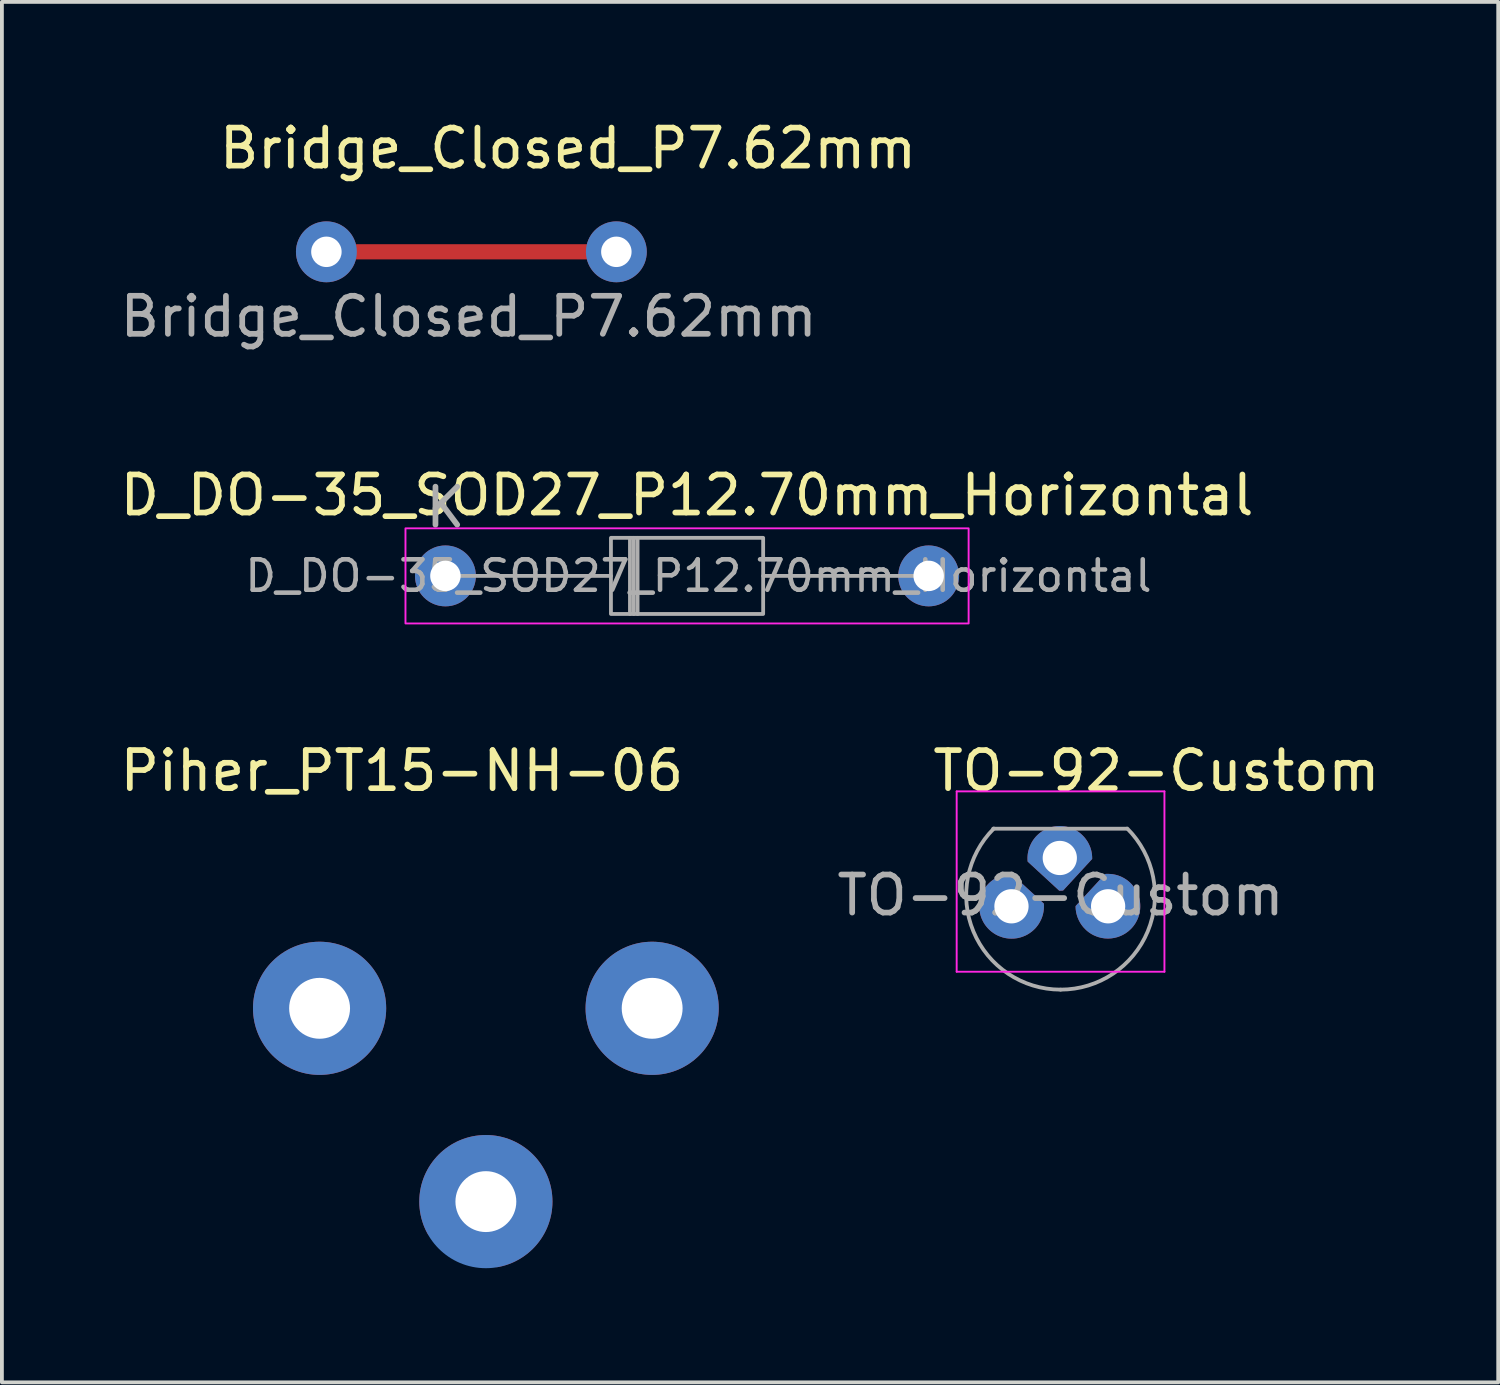
<source format=kicad_pcb>
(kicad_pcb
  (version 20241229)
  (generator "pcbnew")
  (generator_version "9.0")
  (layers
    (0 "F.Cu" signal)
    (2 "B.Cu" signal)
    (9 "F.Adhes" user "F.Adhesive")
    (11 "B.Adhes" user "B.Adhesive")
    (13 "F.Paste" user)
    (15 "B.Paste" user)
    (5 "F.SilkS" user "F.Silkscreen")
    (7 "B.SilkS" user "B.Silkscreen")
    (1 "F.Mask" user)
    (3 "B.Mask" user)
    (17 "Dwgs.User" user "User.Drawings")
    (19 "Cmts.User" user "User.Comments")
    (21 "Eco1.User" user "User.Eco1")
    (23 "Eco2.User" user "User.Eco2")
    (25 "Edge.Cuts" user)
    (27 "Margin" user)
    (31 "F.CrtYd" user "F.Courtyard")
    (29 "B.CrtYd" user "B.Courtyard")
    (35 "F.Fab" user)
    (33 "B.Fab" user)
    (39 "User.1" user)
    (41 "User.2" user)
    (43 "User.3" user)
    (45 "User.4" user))
  (footprint "D_DO-35_SOD27_P12.70mm_Horizontal"
    (layer "F.Cu")
    (at 8.656 12.085)
    (property "Reference" "D_DO-35_SOD27_P12.70mm_Horizontal" (at 6.35 -2.12 0) (layer "F.SilkS") (effects (font (size 1 1) (thickness 0.15))))
    (attr through_hole)
    (fp_rect (start -1.05 -1.25) (end 13.75 1.25) (stroke (width 0.05) (type solid)) (fill no) (layer "F.CrtYd"))
    (fp_line (start 0 0) (end 4.35 0) (stroke (width 0.1) (type solid)) (layer "F.Fab"))
    (fp_line (start 4.85 -1) (end 4.85 1) (stroke (width 0.1) (type solid)) (layer "F.Fab"))
    (fp_line (start 4.95 -1) (end 4.95 1) (stroke (width 0.1) (type solid)) (layer "F.Fab"))
    (fp_line (start 5.05 -1) (end 5.05 1) (stroke (width 0.1) (type solid)) (layer "F.Fab"))
    (fp_line (start 12.7 0) (end 8.35 0) (stroke (width 0.1) (type solid)) (layer "F.Fab"))
    (fp_rect (start 4.35 -1) (end 8.35 1) (stroke (width 0.1) (type solid)) (fill no) (layer "F.Fab"))
    (fp_text user "K" (at 0 -1.8 0) (layer "F.Fab") (effects (font (size 1 1) (thickness 0.15))))
    (fp_text user "${REFERENCE}" (at 6.65 0 0) (layer "F.Fab") (effects (font (size 0.8 0.8) (thickness 0.12))))
    (pad "1" thru_hole circle (at 0 0) (size 1.6 1.6) (drill 0.8) (layers "*.Cu" "*.Mask"))
    (pad "2" thru_hole circle (at 12.7 0) (size 1.6 1.6) (drill 0.8) (layers "*.Cu" "*.Mask")))
  (footprint "Bridge_Closed_P7.62mm"
    (layer "F.Cu")
    (at 5.528 3.568)
    (property "Reference" "Bridge_Closed_P7.62mm" (at 6.35 -2.72 0) (layer "F.SilkS") (effects (font (size 1 1) (thickness 0.15))))
    (attr through_hole exclude_from_bom)
    (fp_line (start 0.8 0) (end 6.82 0) (stroke (width 0.4) (type solid)) (layer "F.Cu"))
    (fp_text user "${REFERENCE}" (at 3.74 1.7 0) (layer "F.Fab") (effects (font (size 1 1) (thickness 0.15))))
    (pad "1" thru_hole oval (at 0 0) (size 1.6 1.6) (drill 0.8) (layers "*.Cu" "*.Mask"))
    (pad "2" thru_hole oval (at 7.62 0) (size 1.6 1.6) (drill 0.8) (layers "*.Cu" "*.Mask")))
  (footprint "TO-92-Custom"
    (layer "F.Cu")
    (at 26.072 20.768)
    (property "Reference" "TO-92-Custom" (at 1.27 -3.56 0) (layer "F.SilkS") (effects (font (size 1 1) (thickness 0.15))))
    (attr through_hole)
    (fp_line (start -3.98 -3.02) (end -3.98 1.72) (stroke (width 0.05) (type solid)) (layer "F.CrtYd"))
    (fp_line (start -3.98 -3.02) (end 1.48 -3.02) (stroke (width 0.05) (type solid)) (layer "F.CrtYd"))
    (fp_line (start 1.48 1.72) (end -3.98 1.72) (stroke (width 0.05) (type solid)) (layer "F.CrtYd"))
    (fp_line (start 1.48 1.72) (end 1.48 -3.02) (stroke (width 0.05) (type solid)) (layer "F.CrtYd"))
    (fp_line (start -3.02 -2.04) (end 0.48 -2.04) (stroke (width 0.1) (type solid)) (layer "F.Fab"))
    (fp_arc (start -1.25 2.19) (mid -3.541221 0.659055) (end -3.003625 -2.043625) (stroke (width 0.1) (type solid)) (layer "F.Fab"))
    (fp_arc (start 0.503625 -2.043625) (mid 1.041221 0.659055) (end -1.25 2.19) (stroke (width 0.1) (type solid)) (layer "F.Fab"))
    (fp_text user "${REFERENCE}" (at -1.25 -0.29 0) (layer "F.Fab") (effects (font (size 1 1) (thickness 0.15))))
    (pad "1" thru_hole custom (at 0 0) (size 1 1) (drill 0.9) (layers "*.Cu" "*.Mask") (options (anchor circle)) (primitives (gr_poly (pts (xy 0.844 0.041) (xy 0.841 0.084) (xy 0.835 0.127) (xy 0.828 0.169) (xy 0.818 0.21) (xy 0.807 0.25) (xy 0.793 0.29) (xy 0.778 0.328) (xy 0.761 0.366) (xy 0.742 0.402) (xy 0.722 0.438) (xy 0.7 0.472) (xy 0.676 0.506) (xy 0.651 0.538) (xy 0.624 0.569) (xy 0.596 0.598) (xy 0.566 0.626) (xy 0.536 0.653) (xy 0.503 0.678) (xy 0.47 0.702) (xy 0.436 0.724) (xy 0.4 0.744) (xy 0.363 0.763) (xy 0.326 0.78) (xy 0.287 0.795) (xy 0.248 0.809) (xy 0.207 0.82) (xy 0.166 0.83) (xy 0.124 0.837) (xy 0.082 0.843) (xy 0.039 0.846) (xy -0.005 0.847) (xy -0.049 0.846) (xy -0.092 0.843) (xy -0.135 0.837) (xy -0.176 0.83) (xy -0.217 0.82) (xy -0.258 0.809) (xy -0.297 0.795) (xy -0.336 0.78) (xy -0.374 0.763) (xy -0.41 0.745) (xy -0.446 0.724) (xy -0.48 0.702) (xy -0.514 0.678) (xy -0.546 0.653) (xy -0.577 0.626) (xy -0.606 0.598) (xy -0.634 0.569) (xy -0.661 0.538) (xy -0.686 0.506) (xy -0.71 0.472) (xy -0.732 0.438) (xy -0.752 0.402) (xy -0.771 0.366) (xy -0.788 0.328) (xy -0.803 0.29) (xy -0.817 0.25) (xy -0.828 0.21) (xy -0.838 0.169) (xy -0.845 0.127) (xy -0.851 0.084) (xy -0.854 0.041) (xy -0.855 -0.003) (xy -0.855 -0.006) (xy -0.077 -0.849) (xy -0.059 -0.851) (xy -0.041 -0.852) (xy -0.023 -0.852) (xy -0.005 -0.852) (xy 0.037 -0.851) (xy 0.079 -0.848) (xy 0.12 -0.843) (xy 0.161 -0.836) (xy 0.202 -0.827) (xy 0.242 -0.816) (xy 0.281 -0.803) (xy 0.32 -0.788) (xy 0.358 -0.771) (xy 0.395 -0.752) (xy 0.431 -0.732) (xy 0.466 -0.71) (xy 0.501 -0.686) (xy 0.534 -0.66) (xy 0.565 -0.633) (xy 0.596 -0.603) (xy 0.625 -0.573) (xy 0.652 -0.541) (xy 0.678 -0.508) (xy 0.702 -0.474) (xy 0.724 -0.439) (xy 0.745 -0.403) (xy 0.763 -0.366) (xy 0.78 -0.328) (xy 0.795 -0.289) (xy 0.808 -0.25) (xy 0.819 -0.21) (xy 0.828 -0.169) (xy 0.836 -0.128) (xy 0.841 -0.086) (xy 0.844 -0.045) (xy 0.845 -0.002) (xy 0.845 -0.003)) (width 0) (fill yes))))
    (pad "2" thru_hole custom (at -1.27 -1.27) (size 1 1) (drill 0.9) (layers "*.Cu" "*.Mask") (options (anchor circle)) (primitives (gr_poly (pts (xy 0.851 0.009) (xy 0.851 0.014) (xy 0.851 0.018) (xy 0.851 0.026) (xy 0.851 0.026) (xy 0.087 0.855) (xy 0.087 0.855) (xy 0.087 0.855) (xy 0.086 0.855) (xy 0.076 0.856) (xy 0.065 0.857) (xy 0.054 0.858) (xy 0.044 0.858) (xy 0.033 0.859) (xy 0.022 0.859) (xy 0.012 0.86) (xy 0.001 0.86) (xy -0.007 0.86) (xy -0.015 0.86) (xy -0.015 0.86) (xy -0.845 0.095) (xy -0.846 0.084) (xy -0.847 0.074) (xy -0.847 0.063) (xy -0.848 0.052) (xy -0.848 0.042) (xy -0.849 0.031) (xy -0.849 0.02) (xy -0.849 0.01) (xy -0.848 -0.032) (xy -0.845 -0.074) (xy -0.84 -0.116) (xy -0.832 -0.157) (xy -0.823 -0.197) (xy -0.812 -0.237) (xy -0.799 -0.277) (xy -0.784 -0.315) (xy -0.767 -0.353) (xy -0.749 -0.39) (xy -0.728 -0.427) (xy -0.706 -0.462) (xy -0.682 -0.496) (xy -0.656 -0.529) (xy -0.629 -0.561) (xy -0.6 -0.591) (xy -0.569 -0.62) (xy -0.538 -0.648) (xy -0.505 -0.673) (xy -0.47 -0.697) (xy -0.435 -0.72) (xy -0.399 -0.74) (xy -0.362 -0.759) (xy -0.324 -0.776) (xy -0.285 -0.791) (xy -0.246 -0.804) (xy -0.206 -0.815) (xy -0.165 -0.824) (xy -0.124 -0.831) (xy -0.083 -0.836) (xy -0.041 -0.839) (xy 0.001 -0.84) (xy 0.043 -0.839) (xy 0.085 -0.836) (xy 0.127 -0.831) (xy 0.168 -0.824) (xy 0.208 -0.815) (xy 0.248 -0.804) (xy 0.288 -0.791) (xy 0.327 -0.776) (xy 0.364 -0.759) (xy 0.402 -0.74) (xy 0.438 -0.72) (xy 0.473 -0.698) (xy 0.507 -0.674) (xy 0.54 -0.648) (xy 0.572 -0.62) (xy 0.602 -0.591) (xy 0.631 -0.561) (xy 0.659 -0.529) (xy 0.684 -0.496) (xy 0.708 -0.462) (xy 0.731 -0.427) (xy 0.751 -0.391) (xy 0.77 -0.353) (xy 0.787 -0.316) (xy 0.802 -0.277) (xy 0.815 -0.237) (xy 0.826 -0.197) (xy 0.835 -0.157) (xy 0.842 -0.116) (xy 0.847 -0.074) (xy 0.85 -0.032) (xy 0.851 0.01)) (width 0) (fill yes))))
    (pad "3" thru_hole custom (at -2.54 0) (size 1 1) (drill 0.9) (layers "*.Cu" "*.Mask") (options (anchor circle)) (primitives (gr_poly (pts (xy 0.853 -0.000029) (xy 0.852 0.042) (xy 0.849 0.084) (xy 0.844 0.126) (xy 0.837 0.167) (xy 0.828 0.207) (xy 0.817 0.247) (xy 0.804 0.287) (xy 0.789 0.325) (xy 0.772 0.363) (xy 0.753 0.4) (xy 0.733 0.436) (xy 0.711 0.472) (xy 0.687 0.506) (xy 0.661 0.539) (xy 0.634 0.571) (xy 0.605 0.601) (xy 0.574 0.63) (xy 0.542 0.658) (xy 0.509 0.683) (xy 0.475 0.707) (xy 0.44 0.73) (xy 0.404 0.75) (xy 0.367 0.769) (xy 0.329 0.785) (xy 0.29 0.8) (xy 0.251 0.813) (xy 0.211 0.824) (xy 0.17 0.834) (xy 0.129 0.841) (xy 0.087 0.846) (xy 0.046 0.849) (xy 0.003 0.85) (xy -0.039 0.849) (xy -0.081 0.846) (xy -0.122 0.841) (xy -0.163 0.834) (xy -0.204 0.825) (xy -0.244 0.813) (xy -0.283 0.8) (xy -0.322 0.785) (xy -0.36 0.769) (xy -0.397 0.75) (xy -0.433 0.73) (xy -0.468 0.707) (xy -0.502 0.683) (xy -0.535 0.658) (xy -0.567 0.63) (xy -0.598 0.601) (xy -0.627 0.571) (xy -0.654 0.539) (xy -0.68 0.506) (xy -0.704 0.472) (xy -0.726 0.437) (xy -0.747 0.4) (xy -0.765 0.363) (xy -0.782 0.325) (xy -0.797 0.287) (xy -0.81 0.247) (xy -0.821 0.207) (xy -0.83 0.167) (xy -0.837 0.126) (xy -0.843 0.084) (xy -0.846 0.042) (xy -0.847 0.000124) (xy -0.846 -0.042) (xy -0.843 -0.084) (xy -0.837 -0.125) (xy -0.83 -0.166) (xy -0.821 -0.207) (xy -0.81 -0.247) (xy -0.797 -0.287) (xy -0.782 -0.325) (xy -0.765 -0.363) (xy -0.747 -0.4) (xy -0.726 -0.436) (xy -0.704 -0.472) (xy -0.68 -0.506) (xy -0.654 -0.539) (xy -0.627 -0.57) (xy -0.598 -0.601) (xy -0.567 -0.63) (xy -0.535 -0.657) (xy -0.502 -0.683) (xy -0.468 -0.707) (xy -0.433 -0.729) (xy -0.397 -0.75) (xy -0.36 -0.768) (xy -0.322 -0.785) (xy -0.283 -0.8) (xy -0.244 -0.813) (xy -0.204 -0.824) (xy -0.163 -0.834) (xy -0.122 -0.841) (xy -0.081 -0.846) (xy -0.039 -0.849) (xy 0.003 -0.85) (xy 0.006 -0.85) (xy 0.851 -0.071) (xy 0.852 -0.053) (xy 0.853 -0.036) (xy 0.854 -0.018) (xy 0.854 -0.009) (xy 0.854 0.000047)) (width 0) (fill yes)))))
  (footprint "Piher_PT15-NH-06"
    (layer "F.Cu")
    (at 9.719 23.449)
    (property "Reference" "Piher_PT15-NH-06" (at -2.207 -6.241 0) (layer "F.SilkS") (effects (font (size 1.001 1.001) (thickness 0.15))))
    (attr through_hole)
    (pad "1" thru_hole circle (at -4.37 0) (size 3.5 3.5) (drill 1.6) (layers "*.Cu" "*.Mask"))
    (pad "2" thru_hole circle (at 0 5.08) (size 1.7 1.7) (drill 1.6) (layers "*.Cu" "*.Mask"))
    (pad "2" smd custom (at 0 5.08) (size 1.7 1.7) (layers "F.Cu" "F.Mask" "F.Paste") (options (anchor circle)) (primitives (gr_poly (pts (xy 0.09 -1.749) (xy 0.179 -1.742) (xy 0.267 -1.731) (xy 0.353 -1.716) (xy 0.437 -1.696) (xy 0.521 -1.672) (xy 0.602 -1.645) (xy 0.681 -1.614) (xy 0.759 -1.579) (xy 0.834 -1.54) (xy 0.907 -1.498) (xy 0.978 -1.452) (xy 1.047 -1.403) (xy 1.113 -1.351) (xy 1.177 -1.296) (xy 1.237 -1.239) (xy 1.295 -1.178) (xy 1.35 -1.114) (xy 1.402 -1.048) (xy 1.451 -0.98) (xy 1.496 -0.909) (xy 1.539 -0.835) (xy 1.577 -0.76) (xy 1.612 -0.682) (xy 1.644 -0.603) (xy 1.671 -0.522) (xy 1.695 -0.439) (xy 1.714 -0.354) (xy 1.73 -0.268) (xy 1.741 -0.18) (xy 1.747 -0.092) (xy 1.75 -0.002) (xy 1.748 0.078) (xy 1.743 0.157) (xy 1.734 0.236) (xy 1.722 0.313) (xy 1.706 0.389) (xy 1.687 0.464) (xy 1.665 0.537) (xy 1.64 0.61) (xy 1.612 0.681) (xy 1.58 0.75) (xy 1.546 0.818) (xy 1.509 0.884) (xy 1.47 0.948) (xy 1.427 1.011) (xy 1.382 1.072) (xy 1.335 1.13) (xy 1.285 1.187) (xy 1.232 1.241) (xy 1.177 1.293) (xy 1.12 1.343) (xy 1.061 1.39) (xy 1 1.435) (xy 0.937 1.477) (xy 0.871 1.516) (xy 0.804 1.553) (xy 0.735 1.587) (xy 0.664 1.618) (xy 0.592 1.646) (xy 0.518 1.67) (xy 0.442 1.692) (xy 0.365 1.71) (xy 0.286 1.725) (xy -1.515 0.874) (xy -1.543 0.824) (xy -1.57 0.772) (xy -1.594 0.721) (xy -1.617 0.668) (xy -1.638 0.615) (xy -1.657 0.561) (xy -1.674 0.507) (xy -1.69 0.452) (xy -1.704 0.396) (xy -1.716 0.341) (xy -1.726 0.284) (xy -1.735 0.228) (xy -1.741 0.171) (xy -1.746 0.114) (xy -1.749 0.056) (xy -1.75 -0.001) (xy -1.747 -0.092) (xy -1.741 -0.18) (xy -1.73 -0.268) (xy -1.714 -0.354) (xy -1.695 -0.439) (xy -1.671 -0.522) (xy -1.644 -0.603) (xy -1.612 -0.683) (xy -1.577 -0.76) (xy -1.538 -0.835) (xy -1.496 -0.909) (xy -1.451 -0.98) (xy -1.402 -1.048) (xy -1.35 -1.114) (xy -1.295 -1.178) (xy -1.237 -1.239) (xy -1.176 -1.297) (xy -1.113 -1.352) (xy -1.047 -1.404) (xy -0.978 -1.452) (xy -0.907 -1.498) (xy -0.834 -1.54) (xy -0.759 -1.579) (xy -0.681 -1.614) (xy -0.602 -1.645) (xy -0.52 -1.673) (xy -0.437 -1.696) (xy -0.353 -1.716) (xy -0.266 -1.731) (xy -0.179 -1.742) (xy -0.09 -1.749) (xy 0 -1.751) (xy 0.000236 -1.751)) (width 0) (fill yes))))
    (pad "2" smd circle (at 0 5.08) (size 3.5 3.5) (layers "B.Cu" "B.Mask" "B.Paste"))
    (pad "3" thru_hole circle (at 4.37 0) (size 3.5 3.5) (drill 1.6) (layers "*.Cu" "*.Mask")))
  (gr_rect
    (start -3 -3)
    (end 36.324 33.279)
    (stroke (width 0.1) (type default))
    (fill no)
    (layer "Edge.Cuts")))
</source>
